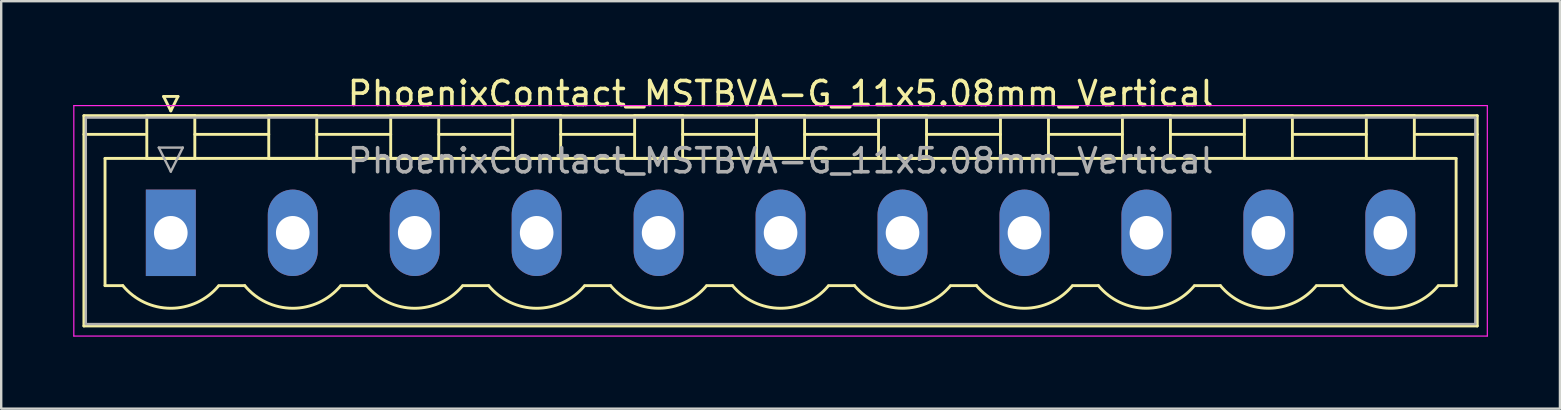
<source format=kicad_pcb>
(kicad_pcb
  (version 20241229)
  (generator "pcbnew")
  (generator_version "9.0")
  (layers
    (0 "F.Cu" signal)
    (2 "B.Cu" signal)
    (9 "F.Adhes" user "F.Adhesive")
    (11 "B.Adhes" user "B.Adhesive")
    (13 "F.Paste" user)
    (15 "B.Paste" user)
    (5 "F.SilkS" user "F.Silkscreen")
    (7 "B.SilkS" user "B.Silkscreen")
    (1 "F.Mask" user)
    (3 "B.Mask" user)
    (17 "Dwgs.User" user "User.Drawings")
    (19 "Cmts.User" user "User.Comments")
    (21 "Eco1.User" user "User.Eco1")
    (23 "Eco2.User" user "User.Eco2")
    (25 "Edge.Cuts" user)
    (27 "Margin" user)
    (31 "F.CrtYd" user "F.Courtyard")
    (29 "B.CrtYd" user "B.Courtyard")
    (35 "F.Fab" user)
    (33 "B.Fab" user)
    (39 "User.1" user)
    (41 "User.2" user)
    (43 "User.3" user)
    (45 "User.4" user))
  (footprint "PhoenixContact_MSTBVA-G_11x5.08mm_Vertical"
    (layer "F.Cu")
    (at 4.065 6.648)
    (property "Reference" "PhoenixContact_MSTBVA-G_11x5.08mm_Vertical" (at 25.4 -5.8 0) (layer "F.SilkS") (effects (font (size 1 1) (thickness 0.15))))
    (attr through_hole)
    (fp_line (start -3.62 -4.88) (end -3.62 3.88) (stroke (width 0.12) (type solid)) (layer "F.SilkS"))
    (fp_line (start -3.62 -4.1) (end -1.08 -4.1) (stroke (width 0.12) (type solid)) (layer "F.SilkS"))
    (fp_line (start -3.62 3.88) (end 54.42 3.88) (stroke (width 0.12) (type solid)) (layer "F.SilkS"))
    (fp_line (start -2.74 -3.1) (end 53.54 -3.1) (stroke (width 0.12) (type solid)) (layer "F.SilkS"))
    (fp_line (start -2.74 2.2) (end -2.74 -3.1) (stroke (width 0.12) (type solid)) (layer "F.SilkS"))
    (fp_line (start -2 2.2) (end -2.74 2.2) (stroke (width 0.12) (type solid)) (layer "F.SilkS"))
    (fp_line (start -1 -4.88) (end 1 -4.88) (stroke (width 0.12) (type solid)) (layer "F.SilkS"))
    (fp_line (start -1 -3.1) (end -1 -4.88) (stroke (width 0.12) (type solid)) (layer "F.SilkS"))
    (fp_line (start -0.3 -5.68) (end 0.3 -5.68) (stroke (width 0.12) (type solid)) (layer "F.SilkS"))
    (fp_line (start 0 -5.08) (end -0.3 -5.68) (stroke (width 0.12) (type solid)) (layer "F.SilkS"))
    (fp_line (start 0.3 -5.68) (end 0 -5.08) (stroke (width 0.12) (type solid)) (layer "F.SilkS"))
    (fp_line (start 1 -4.88) (end 1 -3.1) (stroke (width 0.12) (type solid)) (layer "F.SilkS"))
    (fp_line (start 1 -4.1) (end 4.08 -4.1) (stroke (width 0.12) (type solid)) (layer "F.SilkS"))
    (fp_line (start 1 -3.1) (end -1 -3.1) (stroke (width 0.12) (type solid)) (layer "F.SilkS"))
    (fp_line (start 2 2.2) (end 3.08 2.2) (stroke (width 0.12) (type solid)) (layer "F.SilkS"))
    (fp_line (start 4.08 -4.88) (end 6.08 -4.88) (stroke (width 0.12) (type solid)) (layer "F.SilkS"))
    (fp_line (start 4.08 -3.1) (end 4.08 -4.88) (stroke (width 0.12) (type solid)) (layer "F.SilkS"))
    (fp_line (start 6.08 -4.88) (end 6.08 -3.1) (stroke (width 0.12) (type solid)) (layer "F.SilkS"))
    (fp_line (start 6.08 -4.1) (end 9.16 -4.1) (stroke (width 0.12) (type solid)) (layer "F.SilkS"))
    (fp_line (start 6.08 -3.1) (end 4.08 -3.1) (stroke (width 0.12) (type solid)) (layer "F.SilkS"))
    (fp_line (start 7.08 2.2) (end 8.16 2.2) (stroke (width 0.12) (type solid)) (layer "F.SilkS"))
    (fp_line (start 9.16 -4.88) (end 11.16 -4.88) (stroke (width 0.12) (type solid)) (layer "F.SilkS"))
    (fp_line (start 9.16 -3.1) (end 9.16 -4.88) (stroke (width 0.12) (type solid)) (layer "F.SilkS"))
    (fp_line (start 11.16 -4.88) (end 11.16 -3.1) (stroke (width 0.12) (type solid)) (layer "F.SilkS"))
    (fp_line (start 11.16 -4.1) (end 14.24 -4.1) (stroke (width 0.12) (type solid)) (layer "F.SilkS"))
    (fp_line (start 11.16 -3.1) (end 9.16 -3.1) (stroke (width 0.12) (type solid)) (layer "F.SilkS"))
    (fp_line (start 12.16 2.2) (end 13.24 2.2) (stroke (width 0.12) (type solid)) (layer "F.SilkS"))
    (fp_line (start 14.24 -4.88) (end 16.24 -4.88) (stroke (width 0.12) (type solid)) (layer "F.SilkS"))
    (fp_line (start 14.24 -3.1) (end 14.24 -4.88) (stroke (width 0.12) (type solid)) (layer "F.SilkS"))
    (fp_line (start 16.24 -4.88) (end 16.24 -3.1) (stroke (width 0.12) (type solid)) (layer "F.SilkS"))
    (fp_line (start 16.24 -4.1) (end 19.32 -4.1) (stroke (width 0.12) (type solid)) (layer "F.SilkS"))
    (fp_line (start 16.24 -3.1) (end 14.24 -3.1) (stroke (width 0.12) (type solid)) (layer "F.SilkS"))
    (fp_line (start 17.24 2.2) (end 18.32 2.2) (stroke (width 0.12) (type solid)) (layer "F.SilkS"))
    (fp_line (start 19.32 -4.88) (end 21.32 -4.88) (stroke (width 0.12) (type solid)) (layer "F.SilkS"))
    (fp_line (start 19.32 -3.1) (end 19.32 -4.88) (stroke (width 0.12) (type solid)) (layer "F.SilkS"))
    (fp_line (start 21.32 -4.88) (end 21.32 -3.1) (stroke (width 0.12) (type solid)) (layer "F.SilkS"))
    (fp_line (start 21.32 -4.1) (end 24.4 -4.1) (stroke (width 0.12) (type solid)) (layer "F.SilkS"))
    (fp_line (start 21.32 -3.1) (end 19.32 -3.1) (stroke (width 0.12) (type solid)) (layer "F.SilkS"))
    (fp_line (start 22.32 2.2) (end 23.4 2.2) (stroke (width 0.12) (type solid)) (layer "F.SilkS"))
    (fp_line (start 24.4 -4.88) (end 26.4 -4.88) (stroke (width 0.12) (type solid)) (layer "F.SilkS"))
    (fp_line (start 24.4 -3.1) (end 24.4 -4.88) (stroke (width 0.12) (type solid)) (layer "F.SilkS"))
    (fp_line (start 26.4 -4.88) (end 26.4 -3.1) (stroke (width 0.12) (type solid)) (layer "F.SilkS"))
    (fp_line (start 26.4 -4.1) (end 29.48 -4.1) (stroke (width 0.12) (type solid)) (layer "F.SilkS"))
    (fp_line (start 26.4 -3.1) (end 24.4 -3.1) (stroke (width 0.12) (type solid)) (layer "F.SilkS"))
    (fp_line (start 27.4 2.2) (end 28.48 2.2) (stroke (width 0.12) (type solid)) (layer "F.SilkS"))
    (fp_line (start 29.48 -4.88) (end 31.48 -4.88) (stroke (width 0.12) (type solid)) (layer "F.SilkS"))
    (fp_line (start 29.48 -3.1) (end 29.48 -4.88) (stroke (width 0.12) (type solid)) (layer "F.SilkS"))
    (fp_line (start 31.48 -4.88) (end 31.48 -3.1) (stroke (width 0.12) (type solid)) (layer "F.SilkS"))
    (fp_line (start 31.48 -4.1) (end 34.56 -4.1) (stroke (width 0.12) (type solid)) (layer "F.SilkS"))
    (fp_line (start 31.48 -3.1) (end 29.48 -3.1) (stroke (width 0.12) (type solid)) (layer "F.SilkS"))
    (fp_line (start 32.48 2.2) (end 33.56 2.2) (stroke (width 0.12) (type solid)) (layer "F.SilkS"))
    (fp_line (start 34.56 -4.88) (end 36.56 -4.88) (stroke (width 0.12) (type solid)) (layer "F.SilkS"))
    (fp_line (start 34.56 -3.1) (end 34.56 -4.88) (stroke (width 0.12) (type solid)) (layer "F.SilkS"))
    (fp_line (start 36.56 -4.88) (end 36.56 -3.1) (stroke (width 0.12) (type solid)) (layer "F.SilkS"))
    (fp_line (start 36.56 -4.1) (end 39.64 -4.1) (stroke (width 0.12) (type solid)) (layer "F.SilkS"))
    (fp_line (start 36.56 -3.1) (end 34.56 -3.1) (stroke (width 0.12) (type solid)) (layer "F.SilkS"))
    (fp_line (start 37.56 2.2) (end 38.64 2.2) (stroke (width 0.12) (type solid)) (layer "F.SilkS"))
    (fp_line (start 39.64 -4.88) (end 41.64 -4.88) (stroke (width 0.12) (type solid)) (layer "F.SilkS"))
    (fp_line (start 39.64 -3.1) (end 39.64 -4.88) (stroke (width 0.12) (type solid)) (layer "F.SilkS"))
    (fp_line (start 41.64 -4.88) (end 41.64 -3.1) (stroke (width 0.12) (type solid)) (layer "F.SilkS"))
    (fp_line (start 41.64 -4.1) (end 44.72 -4.1) (stroke (width 0.12) (type solid)) (layer "F.SilkS"))
    (fp_line (start 41.64 -3.1) (end 39.64 -3.1) (stroke (width 0.12) (type solid)) (layer "F.SilkS"))
    (fp_line (start 42.64 2.2) (end 43.72 2.2) (stroke (width 0.12) (type solid)) (layer "F.SilkS"))
    (fp_line (start 44.72 -4.88) (end 46.72 -4.88) (stroke (width 0.12) (type solid)) (layer "F.SilkS"))
    (fp_line (start 44.72 -3.1) (end 44.72 -4.88) (stroke (width 0.12) (type solid)) (layer "F.SilkS"))
    (fp_line (start 46.72 -4.88) (end 46.72 -3.1) (stroke (width 0.12) (type solid)) (layer "F.SilkS"))
    (fp_line (start 46.72 -4.1) (end 49.8 -4.1) (stroke (width 0.12) (type solid)) (layer "F.SilkS"))
    (fp_line (start 46.72 -3.1) (end 44.72 -3.1) (stroke (width 0.12) (type solid)) (layer "F.SilkS"))
    (fp_line (start 47.72 2.2) (end 48.8 2.2) (stroke (width 0.12) (type solid)) (layer "F.SilkS"))
    (fp_line (start 49.8 -4.88) (end 51.8 -4.88) (stroke (width 0.12) (type solid)) (layer "F.SilkS"))
    (fp_line (start 49.8 -3.1) (end 49.8 -4.88) (stroke (width 0.12) (type solid)) (layer "F.SilkS"))
    (fp_line (start 51.8 -4.88) (end 51.8 -3.1) (stroke (width 0.12) (type solid)) (layer "F.SilkS"))
    (fp_line (start 51.8 -3.1) (end 49.8 -3.1) (stroke (width 0.12) (type solid)) (layer "F.SilkS"))
    (fp_line (start 53.54 -3.1) (end 53.54 2.2) (stroke (width 0.12) (type solid)) (layer "F.SilkS"))
    (fp_line (start 53.54 2.2) (end 52.8 2.2) (stroke (width 0.12) (type solid)) (layer "F.SilkS"))
    (fp_line (start 54.42 -4.88) (end -3.62 -4.88) (stroke (width 0.12) (type solid)) (layer "F.SilkS"))
    (fp_line (start 54.42 -4.1) (end 51.88 -4.1) (stroke (width 0.12) (type solid)) (layer "F.SilkS"))
    (fp_line (start 54.42 3.88) (end 54.42 -4.88) (stroke (width 0.12) (type solid)) (layer "F.SilkS"))
    (fp_arc (start 1.986842 2.215821) (mid -0.010289 3.142758) (end -2 2.2) (stroke (width 0.12) (type solid)) (layer "F.SilkS"))
    (fp_arc (start 7.066842 2.215821) (mid 5.069711 3.142758) (end 3.08 2.2) (stroke (width 0.12) (type solid)) (layer "F.SilkS"))
    (fp_arc (start 12.146842 2.215821) (mid 10.149711 3.142758) (end 8.16 2.2) (stroke (width 0.12) (type solid)) (layer "F.SilkS"))
    (fp_arc (start 17.226842 2.215821) (mid 15.229711 3.142758) (end 13.24 2.2) (stroke (width 0.12) (type solid)) (layer "F.SilkS"))
    (fp_arc (start 22.306842 2.215821) (mid 20.309711 3.142758) (end 18.32 2.2) (stroke (width 0.12) (type solid)) (layer "F.SilkS"))
    (fp_arc (start 27.386842 2.215821) (mid 25.389711 3.142758) (end 23.4 2.2) (stroke (width 0.12) (type solid)) (layer "F.SilkS"))
    (fp_arc (start 32.466842 2.215821) (mid 30.469711 3.142758) (end 28.48 2.2) (stroke (width 0.12) (type solid)) (layer "F.SilkS"))
    (fp_arc (start 37.546842 2.215821) (mid 35.549711 3.142758) (end 33.56 2.2) (stroke (width 0.12) (type solid)) (layer "F.SilkS"))
    (fp_arc (start 42.626842 2.215821) (mid 40.629711 3.142758) (end 38.64 2.2) (stroke (width 0.12) (type solid)) (layer "F.SilkS"))
    (fp_arc (start 47.706842 2.215821) (mid 45.709711 3.142758) (end 43.72 2.2) (stroke (width 0.12) (type solid)) (layer "F.SilkS"))
    (fp_arc (start 52.786842 2.215821) (mid 50.789711 3.142758) (end 48.8 2.2) (stroke (width 0.12) (type solid)) (layer "F.SilkS"))
    (fp_line (start -4.04 -5.3) (end -4.04 4.3) (stroke (width 0.05) (type solid)) (layer "F.CrtYd"))
    (fp_line (start -4.04 4.3) (end 54.84 4.3) (stroke (width 0.05) (type solid)) (layer "F.CrtYd"))
    (fp_line (start 54.84 -5.3) (end -4.04 -5.3) (stroke (width 0.05) (type solid)) (layer "F.CrtYd"))
    (fp_line (start 54.84 4.3) (end 54.84 -5.3) (stroke (width 0.05) (type solid)) (layer "F.CrtYd"))
    (fp_line (start -3.54 -4.8) (end -3.54 3.8) (stroke (width 0.1) (type solid)) (layer "F.Fab"))
    (fp_line (start -3.54 3.8) (end 54.34 3.8) (stroke (width 0.1) (type solid)) (layer "F.Fab"))
    (fp_line (start -0.5 -3.55) (end 0.5 -3.55) (stroke (width 0.1) (type solid)) (layer "F.Fab"))
    (fp_line (start 0 -2.55) (end -0.5 -3.55) (stroke (width 0.1) (type solid)) (layer "F.Fab"))
    (fp_line (start 0.5 -3.55) (end 0 -2.55) (stroke (width 0.1) (type solid)) (layer "F.Fab"))
    (fp_line (start 54.34 -4.8) (end -3.54 -4.8) (stroke (width 0.1) (type solid)) (layer "F.Fab"))
    (fp_line (start 54.34 3.8) (end 54.34 -4.8) (stroke (width 0.1) (type solid)) (layer "F.Fab"))
    (fp_text user "${REFERENCE}" (at 25.4 -3 0) (layer "F.Fab") (effects (font (size 1 1) (thickness 0.15))))
    (pad "1" thru_hole rect (at 0 0) (size 2.08 3.6) (drill 1.4) (layers "*.Cu" "*.Mask"))
    (pad "2" thru_hole oval (at 5.08 0) (size 2.08 3.6) (drill 1.4) (layers "*.Cu" "*.Mask"))
    (pad "3" thru_hole oval (at 10.16 0) (size 2.08 3.6) (drill 1.4) (layers "*.Cu" "*.Mask"))
    (pad "4" thru_hole oval (at 15.24 0) (size 2.08 3.6) (drill 1.4) (layers "*.Cu" "*.Mask"))
    (pad "5" thru_hole oval (at 20.32 0) (size 2.08 3.6) (drill 1.4) (layers "*.Cu" "*.Mask"))
    (pad "6" thru_hole oval (at 25.4 0) (size 2.08 3.6) (drill 1.4) (layers "*.Cu" "*.Mask"))
    (pad "7" thru_hole oval (at 30.48 0) (size 2.08 3.6) (drill 1.4) (layers "*.Cu" "*.Mask"))
    (pad "8" thru_hole oval (at 35.56 0) (size 2.08 3.6) (drill 1.4) (layers "*.Cu" "*.Mask"))
    (pad "9" thru_hole oval (at 40.64 0) (size 2.08 3.6) (drill 1.4) (layers "*.Cu" "*.Mask"))
    (pad "10" thru_hole oval (at 45.72 0) (size 2.08 3.6) (drill 1.4) (layers "*.Cu" "*.Mask"))
    (pad "11" thru_hole oval (at 50.8 0) (size 2.08 3.6) (drill 1.4) (layers "*.Cu" "*.Mask")))
  (gr_rect
    (start -3 -3)
    (end 61.93 13.973)
    (stroke (width 0.1) (type default))
    (fill no)
    (layer "Edge.Cuts")))
</source>
